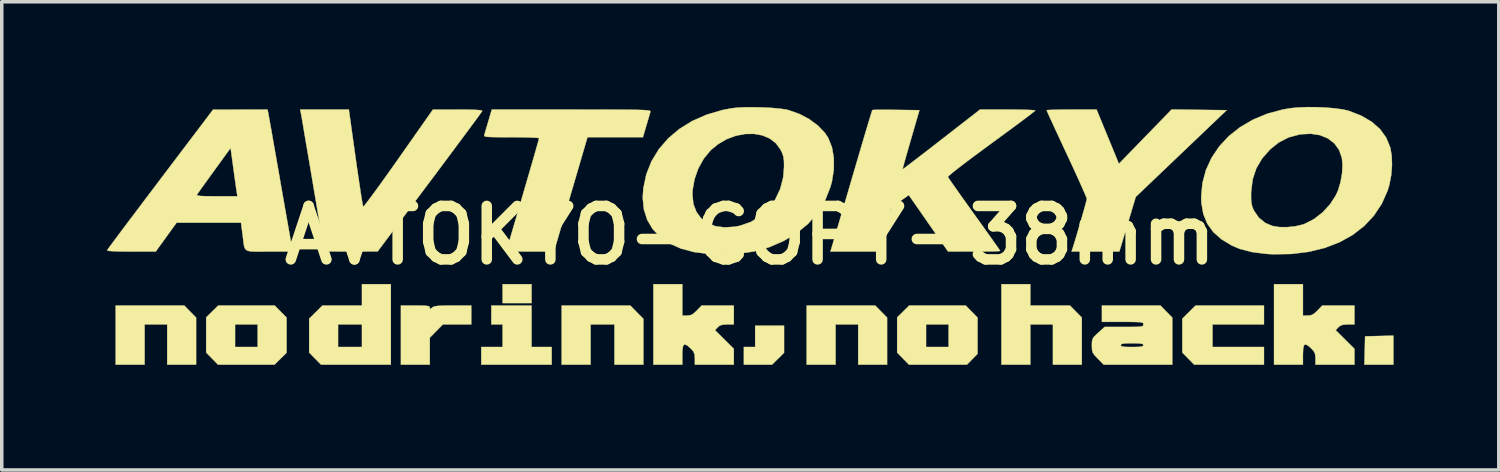
<source format=kicad_pcb>
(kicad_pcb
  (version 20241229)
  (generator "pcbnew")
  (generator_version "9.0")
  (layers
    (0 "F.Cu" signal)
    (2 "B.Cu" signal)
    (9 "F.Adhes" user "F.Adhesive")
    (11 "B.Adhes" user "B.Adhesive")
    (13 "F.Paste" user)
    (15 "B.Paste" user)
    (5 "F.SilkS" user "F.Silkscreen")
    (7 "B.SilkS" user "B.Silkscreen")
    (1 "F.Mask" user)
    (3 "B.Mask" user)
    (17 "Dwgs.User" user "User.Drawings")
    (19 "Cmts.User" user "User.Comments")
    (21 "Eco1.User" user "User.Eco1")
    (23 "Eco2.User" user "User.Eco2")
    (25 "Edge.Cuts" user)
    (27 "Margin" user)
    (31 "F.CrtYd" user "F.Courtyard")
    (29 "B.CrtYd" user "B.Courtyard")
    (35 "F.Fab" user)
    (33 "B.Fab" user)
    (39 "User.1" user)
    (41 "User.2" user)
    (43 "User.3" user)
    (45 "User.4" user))
  (footprint "AVTOKYO-COPY-38mm"
    (layer "F.Cu")
    (at 18.341 3.657)
    (property "Reference" "AVTOKYO-COPY-38mm" (at 0 0 0) (layer "F.SilkS") (effects (font (size 1.524 1.524) (thickness 0.3))))
    (attr through_hole)
    (fp_poly (pts (xy -6.234 1.935) (xy -7.058 1.935) (xy -7.058 1.397) (xy -6.234 1.397) (xy -6.234 1.935)) (stroke (width 0.01) (type solid)) (fill yes) (layer "F.SilkS"))
    (fp_poly (pts (xy 18.342 3.69) (xy 17.516 3.69) (xy 17.526 3.287) (xy 17.536 2.884) (xy 17.939 2.874) (xy 18.342 2.864) (xy 18.342 3.69)) (stroke (width 0.01) (type solid)) (fill yes) (layer "F.SilkS"))
    (fp_poly (pts (xy 0.967 3.352) (xy 0.796 3.521) (xy 0.624 3.69) (xy -0.179 3.69) (xy -0.179 3.188) (xy 0.143 3.188) (xy 0.143 2.579) (xy 0.967 2.579) (xy 0.967 3.352)) (stroke (width 0.01) (type solid)) (fill yes) (layer "F.SilkS"))
    (fp_poly (pts (xy -15.968 2.178) (xy -15.799 2.349) (xy -15.799 3.69) (xy -16.623 3.69) (xy -16.623 2.544) (xy -17.268 2.544) (xy -17.268 3.69) (xy -18.092 3.69) (xy -18.092 2.006) (xy -16.137 2.006) (xy -15.968 2.178)) (stroke (width 0.01) (type solid)) (fill yes) (layer "F.SilkS"))
    (fp_poly (pts (xy -6.234 3.188) (xy -5.66 3.188) (xy -5.66 3.69) (xy -7.667 3.69) (xy -7.667 3.188) (xy -7.058 3.188) (xy -7.058 2.544) (xy -7.38 2.544) (xy -7.38 2.006) (xy -6.234 2.006) (xy -6.234 3.188)) (stroke (width 0.01) (type solid)) (fill yes) (layer "F.SilkS"))
    (fp_poly (pts (xy -3.232 2.195) (xy -3.045 2.385) (xy -3.045 3.69) (xy -3.869 3.69) (xy -3.869 2.544) (xy -4.55 2.544) (xy -4.55 3.69) (xy -5.374 3.69) (xy -5.374 2.006) (xy -3.419 2.006) (xy -3.232 2.195)) (stroke (width 0.01) (type solid)) (fill yes) (layer "F.SilkS"))
    (fp_poly (pts (xy 3.736 2.178) (xy 3.905 2.349) (xy 3.905 3.69) (xy 3.081 3.69) (xy 3.081 2.544) (xy 2.436 2.544) (xy 2.436 3.69) (xy 1.612 3.69) (xy 1.612 2.006) (xy 3.567 2.006) (xy 3.736 2.178)) (stroke (width 0.01) (type solid)) (fill yes) (layer "F.SilkS"))
    (fp_poly (pts (xy 7.989 2.006) (xy 9.12 2.006) (xy 9.289 2.178) (xy 9.458 2.349) (xy 9.458 3.69) (xy 8.634 3.69) (xy 8.634 2.544) (xy 7.989 2.544) (xy 7.989 3.69) (xy 7.165 3.69) (xy 7.165 1.397) (xy 7.989 1.397) (xy 7.989 2.006)) (stroke (width 0.01) (type solid)) (fill yes) (layer "F.SilkS"))
    (fp_poly (pts (xy 14.652 2.544) (xy 13.184 2.544) (xy 13.184 3.188) (xy 14.652 3.188) (xy 14.652 3.69) (xy 12.661 3.69) (xy 12.493 3.519) (xy 12.324 3.347) (xy 12.324 2.38) (xy 12.513 2.193) (xy 12.702 2.006) (xy 14.652 2.006) (xy 14.652 2.544)) (stroke (width 0.01) (type solid)) (fill yes) (layer "F.SilkS"))
    (fp_poly (pts (xy -10.246 3.69) (xy -12.237 3.69) (xy -12.406 3.519) (xy -12.575 3.347) (xy -12.575 2.544) (xy -11.751 2.544) (xy -11.751 3.188) (xy -11.07 3.188) (xy -11.07 2.544) (xy -11.751 2.544) (xy -12.575 2.544) (xy -12.575 2.38) (xy -12.196 2.006) (xy -11.07 2.006) (xy -11.07 1.397) (xy -10.246 1.397) (xy -10.246 3.69)) (stroke (width 0.01) (type solid)) (fill yes) (layer "F.SilkS"))
    (fp_poly (pts (xy -13.388 2.178) (xy -13.219 2.349) (xy -13.219 3.352) (xy -13.391 3.521) (xy -13.562 3.69) (xy -15.175 3.69) (xy -15.343 3.519) (xy -15.512 3.347) (xy -15.512 2.544) (xy -14.688 2.544) (xy -14.688 3.188) (xy -14.043 3.188) (xy -14.043 2.544) (xy -14.688 2.544) (xy -15.512 2.544) (xy -15.512 2.344) (xy -15.341 2.175) (xy -15.169 2.006) (xy -13.557 2.006) (xy -13.388 2.178)) (stroke (width 0.01) (type solid)) (fill yes) (layer "F.SilkS"))
    (fp_poly (pts (xy 6.316 2.178) (xy 6.484 2.349) (xy 6.484 3.383) (xy 6.334 3.536) (xy 6.183 3.69) (xy 4.529 3.69) (xy 4.36 3.519) (xy 4.192 3.347) (xy 4.192 2.544) (xy 5.016 2.544) (xy 5.016 3.188) (xy 5.66 3.188) (xy 5.66 2.544) (xy 5.016 2.544) (xy 4.192 2.544) (xy 4.192 2.344) (xy 4.363 2.175) (xy 4.534 2.006) (xy 6.147 2.006) (xy 6.316 2.178)) (stroke (width 0.01) (type solid)) (fill yes) (layer "F.SilkS"))
    (fp_poly (pts (xy -9.369 2.007) (xy -9.25 2.012) (xy -9.179 2.022) (xy -9.145 2.038) (xy -9.135 2.063) (xy -9.135 2.065) (xy -9.13 2.105) (xy -9.103 2.094) (xy -9.07 2.065) (xy -9.033 2.042) (xy -8.975 2.025) (xy -8.885 2.014) (xy -8.75 2.009) (xy -8.56 2.006) (xy -8.479 2.006) (xy -7.953 2.006) (xy -7.953 2.544) (xy -8.762 2.544) (xy -9.135 2.922) (xy -9.135 3.69) (xy -9.959 3.69) (xy -9.959 2.006) (xy -9.547 2.006) (xy -9.369 2.007)) (stroke (width 0.01) (type solid)) (fill yes) (layer "F.SilkS"))
    (fp_poly (pts (xy -1.935 2.293) (xy -1.799 2.293) (xy -1.705 2.282) (xy -1.624 2.242) (xy -1.53 2.157) (xy -1.523 2.15) (xy -1.383 2.006) (xy -0.466 2.006) (xy -0.466 2.544) (xy -0.657 2.544) (xy -0.784 2.551) (xy -0.866 2.578) (xy -0.925 2.626) (xy -1.002 2.708) (xy -0.466 3.24) (xy -0.466 3.69) (xy -1.576 3.69) (xy -1.576 3.518) (xy -1.584 3.4) (xy -1.618 3.317) (xy -1.693 3.232) (xy -1.694 3.231) (xy -1.794 3.144) (xy -1.863 3.113) (xy -1.906 3.14) (xy -1.928 3.231) (xy -1.935 3.389) (xy -1.935 3.403) (xy -1.935 3.69) (xy -2.759 3.69) (xy -2.759 1.397) (xy -1.935 1.397) (xy -1.935 2.293)) (stroke (width 0.01) (type solid)) (fill yes) (layer "F.SilkS"))
    (fp_poly (pts (xy 15.763 2.293) (xy 15.899 2.293) (xy 15.993 2.282) (xy 16.074 2.242) (xy 16.168 2.157) (xy 16.175 2.15) (xy 16.315 2.006) (xy 17.232 2.006) (xy 17.232 2.544) (xy 17.041 2.544) (xy 16.914 2.551) (xy 16.831 2.578) (xy 16.773 2.626) (xy 16.696 2.708) (xy 17.232 3.24) (xy 17.232 3.69) (xy 16.121 3.69) (xy 16.121 3.518) (xy 16.113 3.4) (xy 16.079 3.317) (xy 16.004 3.232) (xy 16.003 3.231) (xy 15.903 3.144) (xy 15.835 3.113) (xy 15.792 3.14) (xy 15.77 3.231) (xy 15.763 3.389) (xy 15.763 3.403) (xy 15.763 3.69) (xy 14.939 3.69) (xy 14.939 1.397) (xy 15.763 1.397) (xy 15.763 2.293)) (stroke (width 0.01) (type solid)) (fill yes) (layer "F.SilkS"))
    (fp_poly (pts (xy 12.804 -3.575) (xy 13.588 -3.565) (xy 12.292 -2.329) (xy 10.996 -1.093) (xy 10.904 -0.788) (xy 10.851 -0.611) (xy 10.789 -0.402) (xy 10.727 -0.195) (xy 10.706 -0.125) (xy 10.657 0.038) (xy 10.612 0.189) (xy 10.577 0.304) (xy 10.563 0.349) (xy 10.527 0.466) (xy 9.166 0.466) (xy 9.192 0.385) (xy 9.236 0.247) (xy 9.288 0.075) (xy 9.345 -0.118) (xy 9.404 -0.321) (xy 9.462 -0.52) (xy 9.513 -0.703) (xy 9.556 -0.857) (xy 9.586 -0.971) (xy 9.601 -1.032) (xy 9.601 -1.037) (xy 9.586 -1.081) (xy 9.544 -1.182) (xy 9.478 -1.333) (xy 9.392 -1.526) (xy 9.288 -1.754) (xy 9.171 -2.01) (xy 9.043 -2.286) (xy 9.028 -2.317) (xy 8.899 -2.593) (xy 8.781 -2.848) (xy 8.675 -3.075) (xy 8.587 -3.268) (xy 8.518 -3.418) (xy 8.473 -3.518) (xy 8.455 -3.562) (xy 8.455 -3.563) (xy 8.489 -3.569) (xy 8.584 -3.574) (xy 8.729 -3.578) (xy 8.913 -3.581) (xy 9.126 -3.582) (xy 9.167 -3.583) (xy 9.879 -3.583) (xy 10.197 -2.81) (xy 10.515 -2.037) (xy 11.267 -2.811) (xy 12.019 -3.585) (xy 12.804 -3.575)) (stroke (width 0.01) (type solid)) (fill yes) (layer "F.SilkS"))
    (fp_poly (pts (xy 11.868 2.178) (xy 12.037 2.349) (xy 12.037 3.69) (xy 10.082 3.69) (xy 9.913 3.519) (xy 9.822 3.423) (xy 9.772 3.35) (xy 9.75 3.275) (xy 9.745 3.173) (xy 9.744 3.146) (xy 9.745 3.135) (xy 10.568 3.135) (xy 10.581 3.161) (xy 10.627 3.177) (xy 10.718 3.186) (xy 10.867 3.188) (xy 10.891 3.188) (xy 11.048 3.186) (xy 11.146 3.179) (xy 11.197 3.163) (xy 11.213 3.139) (xy 11.213 3.135) (xy 11.201 3.108) (xy 11.155 3.092) (xy 11.063 3.084) (xy 10.914 3.081) (xy 10.891 3.081) (xy 10.734 3.083) (xy 10.636 3.091) (xy 10.585 3.106) (xy 10.569 3.131) (xy 10.568 3.135) (xy 9.745 3.135) (xy 9.747 3.037) (xy 9.763 2.962) (xy 9.804 2.898) (xy 9.882 2.821) (xy 9.927 2.78) (xy 10.11 2.615) (xy 10.662 2.615) (xy 10.871 2.615) (xy 11.02 2.613) (xy 11.118 2.607) (xy 11.176 2.597) (xy 11.204 2.581) (xy 11.213 2.558) (xy 11.213 2.544) (xy 11.21 2.517) (xy 11.193 2.498) (xy 11.153 2.485) (xy 11.08 2.478) (xy 10.962 2.474) (xy 10.791 2.472) (xy 10.622 2.472) (xy 10.031 2.472) (xy 10.031 2.006) (xy 11.7 2.006) (xy 11.868 2.178)) (stroke (width 0.01) (type solid)) (fill yes) (layer "F.SilkS"))
    (fp_poly (pts (xy -11.252 -2.212) (xy -11.209 -1.907) (xy -11.167 -1.624) (xy -11.129 -1.371) (xy -11.096 -1.155) (xy -11.069 -0.986) (xy -11.048 -0.871) (xy -11.036 -0.816) (xy -11.035 -0.814) (xy -11.01 -0.836) (xy -10.948 -0.912) (xy -10.854 -1.036) (xy -10.731 -1.202) (xy -10.583 -1.404) (xy -10.415 -1.638) (xy -10.231 -1.897) (xy -10.034 -2.175) (xy -10.028 -2.184) (xy -9.046 -3.582) (xy -8.335 -3.582) (xy -8.062 -3.581) (xy -7.858 -3.576) (xy -7.722 -3.567) (xy -7.65 -3.556) (xy -7.638 -3.544) (xy -7.661 -3.51) (xy -7.723 -3.423) (xy -7.822 -3.288) (xy -7.953 -3.11) (xy -8.113 -2.894) (xy -8.299 -2.644) (xy -8.506 -2.365) (xy -8.732 -2.062) (xy -8.973 -1.739) (xy -9.136 -1.522) (xy -10.622 0.462) (xy -11.383 0.464) (xy -11.608 0.464) (xy -11.807 0.463) (xy -11.969 0.461) (xy -12.083 0.459) (xy -12.14 0.456) (xy -12.145 0.455) (xy -12.15 0.417) (xy -12.167 0.317) (xy -12.193 0.161) (xy -12.227 -0.042) (xy -12.267 -0.284) (xy -12.314 -0.558) (xy -12.364 -0.856) (xy -12.417 -1.17) (xy -12.471 -1.492) (xy -12.526 -1.815) (xy -12.579 -2.131) (xy -12.63 -2.431) (xy -12.678 -2.709) (xy -12.72 -2.957) (xy -12.755 -3.166) (xy -12.783 -3.329) (xy -12.802 -3.437) (xy -12.811 -3.484) (xy -12.831 -3.583) (xy -11.444 -3.583) (xy -11.252 -2.212)) (stroke (width 0.01) (type solid)) (fill yes) (layer "F.SilkS"))
    (fp_poly (pts (xy -4.637 -3.582) (xy -4.243 -3.582) (xy -3.911 -3.581) (xy -3.636 -3.58) (xy -3.411 -3.578) (xy -3.233 -3.575) (xy -3.096 -3.571) (xy -2.994 -3.566) (xy -2.923 -3.56) (xy -2.878 -3.553) (xy -2.853 -3.543) (xy -2.843 -3.533) (xy -2.844 -3.52) (xy -2.844 -3.52) (xy -2.862 -3.459) (xy -2.894 -3.349) (xy -2.936 -3.207) (xy -2.96 -3.126) (xy -3.058 -2.794) (xy -3.849 -2.794) (xy -4.639 -2.794) (xy -5.061 -1.352) (xy -5.154 -1.036) (xy -5.242 -0.735) (xy -5.323 -0.457) (xy -5.396 -0.21) (xy -5.456 -0.004) (xy -5.502 0.154) (xy -5.532 0.255) (xy -5.539 0.278) (xy -5.594 0.466) (xy -6.272 0.466) (xy -6.484 0.465) (xy -6.668 0.464) (xy -6.815 0.461) (xy -6.912 0.458) (xy -6.95 0.455) (xy -6.95 0.454) (xy -6.94 0.419) (xy -6.912 0.321) (xy -6.868 0.169) (xy -6.81 -0.032) (xy -6.739 -0.274) (xy -6.658 -0.551) (xy -6.569 -0.856) (xy -6.484 -1.146) (xy -6.389 -1.471) (xy -6.301 -1.774) (xy -6.221 -2.05) (xy -6.152 -2.29) (xy -6.095 -2.489) (xy -6.052 -2.639) (xy -6.026 -2.734) (xy -6.019 -2.765) (xy -6.053 -2.774) (xy -6.148 -2.781) (xy -6.295 -2.787) (xy -6.483 -2.792) (xy -6.702 -2.794) (xy -6.809 -2.794) (xy -7.067 -2.795) (xy -7.261 -2.796) (xy -7.401 -2.8) (xy -7.495 -2.805) (xy -7.551 -2.814) (xy -7.578 -2.827) (xy -7.584 -2.845) (xy -7.581 -2.857) (xy -7.563 -2.918) (xy -7.531 -3.028) (xy -7.489 -3.17) (xy -7.465 -3.251) (xy -7.367 -3.583) (xy -5.096 -3.583) (xy -4.637 -3.582)) (stroke (width 0.01) (type solid)) (fill yes) (layer "F.SilkS"))
    (fp_poly (pts (xy -13.742 -3.484) (xy -13.732 -3.43) (xy -13.711 -3.313) (xy -13.68 -3.139) (xy -13.64 -2.916) (xy -13.594 -2.65) (xy -13.541 -2.349) (xy -13.483 -2.019) (xy -13.421 -1.668) (xy -13.399 -1.54) (xy -13.337 -1.184) (xy -13.278 -0.847) (xy -13.223 -0.536) (xy -13.174 -0.259) (xy -13.132 -0.023) (xy -13.099 0.166) (xy -13.074 0.301) (xy -13.06 0.375) (xy -13.058 0.385) (xy -13.039 0.466) (xy -13.716 0.466) (xy -13.956 0.467) (xy -14.133 0.467) (xy -14.259 0.46) (xy -14.343 0.438) (xy -14.396 0.396) (xy -14.427 0.326) (xy -14.445 0.224) (xy -14.462 0.081) (xy -14.475 -0.027) (xy -14.519 -0.358) (xy -16.355 -0.358) (xy -16.95 0.466) (xy -17.649 0.466) (xy -17.92 0.464) (xy -18.125 0.458) (xy -18.262 0.45) (xy -18.329 0.437) (xy -18.336 0.429) (xy -18.313 0.395) (xy -18.25 0.309) (xy -18.151 0.175) (xy -18.019 -0.002) (xy -17.858 -0.218) (xy -17.671 -0.466) (xy -17.461 -0.744) (xy -17.234 -1.046) (xy -17.149 -1.158) (xy -15.774 -1.158) (xy -15.772 -1.14) (xy -15.738 -1.127) (xy -15.662 -1.118) (xy -15.536 -1.113) (xy -15.351 -1.111) (xy -15.212 -1.111) (xy -14.621 -1.111) (xy -14.64 -1.228) (xy -14.651 -1.303) (xy -14.67 -1.434) (xy -14.694 -1.606) (xy -14.721 -1.802) (xy -14.737 -1.916) (xy -14.815 -2.488) (xy -15.28 -1.846) (xy -15.417 -1.657) (xy -15.541 -1.486) (xy -15.645 -1.341) (xy -15.722 -1.232) (xy -15.766 -1.169) (xy -15.774 -1.158) (xy -17.149 -1.158) (xy -16.99 -1.368) (xy -16.82 -1.594) (xy -15.315 -3.58) (xy -14.539 -3.581) (xy -13.763 -3.583) (xy -13.742 -3.484)) (stroke (width 0.01) (type solid)) (fill yes) (layer "F.SilkS"))
    (fp_poly (pts (xy 0.368 -3.643) (xy 0.618 -3.63) (xy 0.841 -3.61) (xy 1.021 -3.584) (xy 1.093 -3.568) (xy 1.404 -3.458) (xy 1.688 -3.307) (xy 1.934 -3.125) (xy 2.13 -2.921) (xy 2.228 -2.771) (xy 2.333 -2.506) (xy 2.386 -2.204) (xy 2.386 -1.877) (xy 2.333 -1.537) (xy 2.29 -1.378) (xy 2.134 -0.983) (xy 1.921 -0.632) (xy 1.65 -0.323) (xy 1.322 -0.054) (xy 0.967 0.158) (xy 0.556 0.337) (xy 0.121 0.461) (xy -0.347 0.531) (xy -0.854 0.548) (xy -1.182 0.534) (xy -1.604 0.48) (xy -1.977 0.38) (xy -2.298 0.236) (xy -2.566 0.051) (xy -2.779 -0.174) (xy -2.934 -0.435) (xy -3.029 -0.732) (xy -3.063 -1.062) (xy -3.057 -1.162) (xy -1.647 -1.162) (xy -1.619 -0.893) (xy -1.533 -0.666) (xy -1.396 -0.481) (xy -1.212 -0.344) (xy -0.986 -0.256) (xy -0.723 -0.222) (xy -0.426 -0.243) (xy -0.289 -0.27) (xy 0.019 -0.378) (xy 0.293 -0.544) (xy 0.527 -0.762) (xy 0.718 -1.024) (xy 0.858 -1.322) (xy 0.943 -1.65) (xy 0.967 -1.955) (xy 0.964 -2.117) (xy 0.949 -2.235) (xy 0.917 -2.337) (xy 0.867 -2.44) (xy 0.734 -2.623) (xy 0.556 -2.759) (xy 0.343 -2.848) (xy 0.105 -2.89) (xy -0.15 -2.886) (xy -0.412 -2.835) (xy -0.671 -2.738) (xy -0.918 -2.594) (xy -1.126 -2.422) (xy -1.321 -2.186) (xy -1.478 -1.904) (xy -1.587 -1.596) (xy -1.642 -1.279) (xy -1.647 -1.162) (xy -3.057 -1.162) (xy -3.046 -1.335) (xy -2.961 -1.737) (xy -2.812 -2.111) (xy -2.603 -2.453) (xy -2.338 -2.76) (xy -2.021 -3.028) (xy -1.655 -3.255) (xy -1.244 -3.436) (xy -0.792 -3.569) (xy -0.532 -3.619) (xy -0.357 -3.638) (xy -0.137 -3.648) (xy 0.111 -3.649) (xy 0.368 -3.643)) (stroke (width 0.01) (type solid)) (fill yes) (layer "F.SilkS"))
    (fp_poly (pts (xy 16.154 -3.651) (xy 16.429 -3.639) (xy 16.686 -3.616) (xy 16.907 -3.585) (xy 17.071 -3.547) (xy 17.43 -3.406) (xy 17.726 -3.233) (xy 17.961 -3.026) (xy 18.136 -2.784) (xy 18.252 -2.504) (xy 18.255 -2.492) (xy 18.295 -2.263) (xy 18.303 -1.995) (xy 18.28 -1.71) (xy 18.226 -1.432) (xy 18.18 -1.277) (xy 18.012 -0.898) (xy 17.787 -0.559) (xy 17.508 -0.261) (xy 17.18 -0.007) (xy 16.804 0.201) (xy 16.386 0.362) (xy 15.928 0.474) (xy 15.435 0.535) (xy 14.909 0.543) (xy 14.724 0.533) (xy 14.317 0.482) (xy 13.964 0.391) (xy 13.741 0.297) (xy 13.442 0.118) (xy 13.207 -0.09) (xy 13.035 -0.329) (xy 12.923 -0.603) (xy 12.868 -0.917) (xy 12.862 -1.09) (xy 12.869 -1.167) (xy 14.284 -1.167) (xy 14.286 -1.001) (xy 14.3 -0.88) (xy 14.332 -0.777) (xy 14.368 -0.698) (xy 14.506 -0.499) (xy 14.693 -0.349) (xy 14.893 -0.264) (xy 15.087 -0.232) (xy 15.316 -0.23) (xy 15.553 -0.256) (xy 15.768 -0.307) (xy 15.807 -0.321) (xy 16.074 -0.457) (xy 16.322 -0.649) (xy 16.537 -0.882) (xy 16.704 -1.142) (xy 16.767 -1.284) (xy 16.837 -1.521) (xy 16.88 -1.772) (xy 16.892 -2.012) (xy 16.873 -2.206) (xy 16.792 -2.434) (xy 16.657 -2.62) (xy 16.474 -2.761) (xy 16.25 -2.853) (xy 15.989 -2.893) (xy 15.7 -2.878) (xy 15.669 -2.873) (xy 15.355 -2.789) (xy 15.074 -2.645) (xy 14.829 -2.449) (xy 14.599 -2.188) (xy 14.433 -1.905) (xy 14.33 -1.593) (xy 14.286 -1.244) (xy 14.284 -1.167) (xy 12.869 -1.167) (xy 12.897 -1.485) (xy 12.998 -1.861) (xy 13.16 -2.212) (xy 13.379 -2.536) (xy 13.651 -2.827) (xy 13.972 -3.081) (xy 14.338 -3.295) (xy 14.743 -3.464) (xy 15.184 -3.583) (xy 15.399 -3.62) (xy 15.621 -3.643) (xy 15.879 -3.652) (xy 16.154 -3.651)) (stroke (width 0.01) (type solid)) (fill yes) (layer "F.SilkS"))
    (fp_poly (pts (xy 7.573 -3.581) (xy 7.776 -3.578) (xy 7.942 -3.573) (xy 8.061 -3.567) (xy 8.124 -3.559) (xy 8.131 -3.556) (xy 8.103 -3.53) (xy 8.022 -3.466) (xy 7.896 -3.369) (xy 7.729 -3.244) (xy 7.527 -3.094) (xy 7.297 -2.925) (xy 7.045 -2.74) (xy 6.876 -2.616) (xy 6.603 -2.416) (xy 6.353 -2.231) (xy 6.132 -2.064) (xy 5.945 -1.921) (xy 5.798 -1.805) (xy 5.696 -1.721) (xy 5.644 -1.672) (xy 5.639 -1.662) (xy 5.663 -1.624) (xy 5.724 -1.534) (xy 5.818 -1.401) (xy 5.938 -1.23) (xy 6.081 -1.028) (xy 6.242 -0.804) (xy 6.392 -0.594) (xy 6.563 -0.356) (xy 6.72 -0.136) (xy 6.859 0.058) (xy 6.973 0.221) (xy 7.06 0.344) (xy 7.113 0.422) (xy 7.129 0.448) (xy 7.095 0.453) (xy 7 0.458) (xy 6.854 0.461) (xy 6.668 0.464) (xy 6.453 0.465) (xy 6.386 0.465) (xy 5.642 0.463) (xy 4.524 -1.144) (xy 4.27 -0.965) (xy 4.153 -0.877) (xy 4.06 -0.797) (xy 4.006 -0.738) (xy 3.999 -0.725) (xy 3.981 -0.663) (xy 3.949 -0.553) (xy 3.908 -0.414) (xy 3.892 -0.358) (xy 3.838 -0.177) (xy 3.781 0.019) (xy 3.731 0.19) (xy 3.727 0.206) (xy 3.651 0.466) (xy 2.288 0.466) (xy 2.314 0.385) (xy 2.328 0.336) (xy 2.361 0.226) (xy 2.41 0.059) (xy 2.474 -0.157) (xy 2.55 -0.416) (xy 2.636 -0.711) (xy 2.732 -1.036) (xy 2.834 -1.384) (xy 2.904 -1.624) (xy 3.009 -1.981) (xy 3.108 -2.318) (xy 3.199 -2.627) (xy 3.281 -2.904) (xy 3.352 -3.14) (xy 3.409 -3.331) (xy 3.452 -3.469) (xy 3.477 -3.55) (xy 3.484 -3.568) (xy 3.524 -3.573) (xy 3.623 -3.576) (xy 3.771 -3.577) (xy 3.956 -3.577) (xy 4.164 -3.574) (xy 4.827 -3.565) (xy 4.583 -2.724) (xy 4.516 -2.491) (xy 4.456 -2.283) (xy 4.407 -2.108) (xy 4.37 -1.976) (xy 4.35 -1.897) (xy 4.346 -1.877) (xy 4.375 -1.897) (xy 4.454 -1.956) (xy 4.577 -2.05) (xy 4.739 -2.174) (xy 4.933 -2.323) (xy 5.153 -2.493) (xy 5.392 -2.679) (xy 5.454 -2.727) (xy 6.556 -3.583) (xy 7.344 -3.583) (xy 7.573 -3.581)) (stroke (width 0.01) (type solid)) (fill yes) (layer "F.SilkS")))
  (gr_rect
    (start -3 -3)
    (end 39.689 10.352)
    (stroke (width 0.1) (type default))
    (fill no)
    (layer "Edge.Cuts")))
</source>
